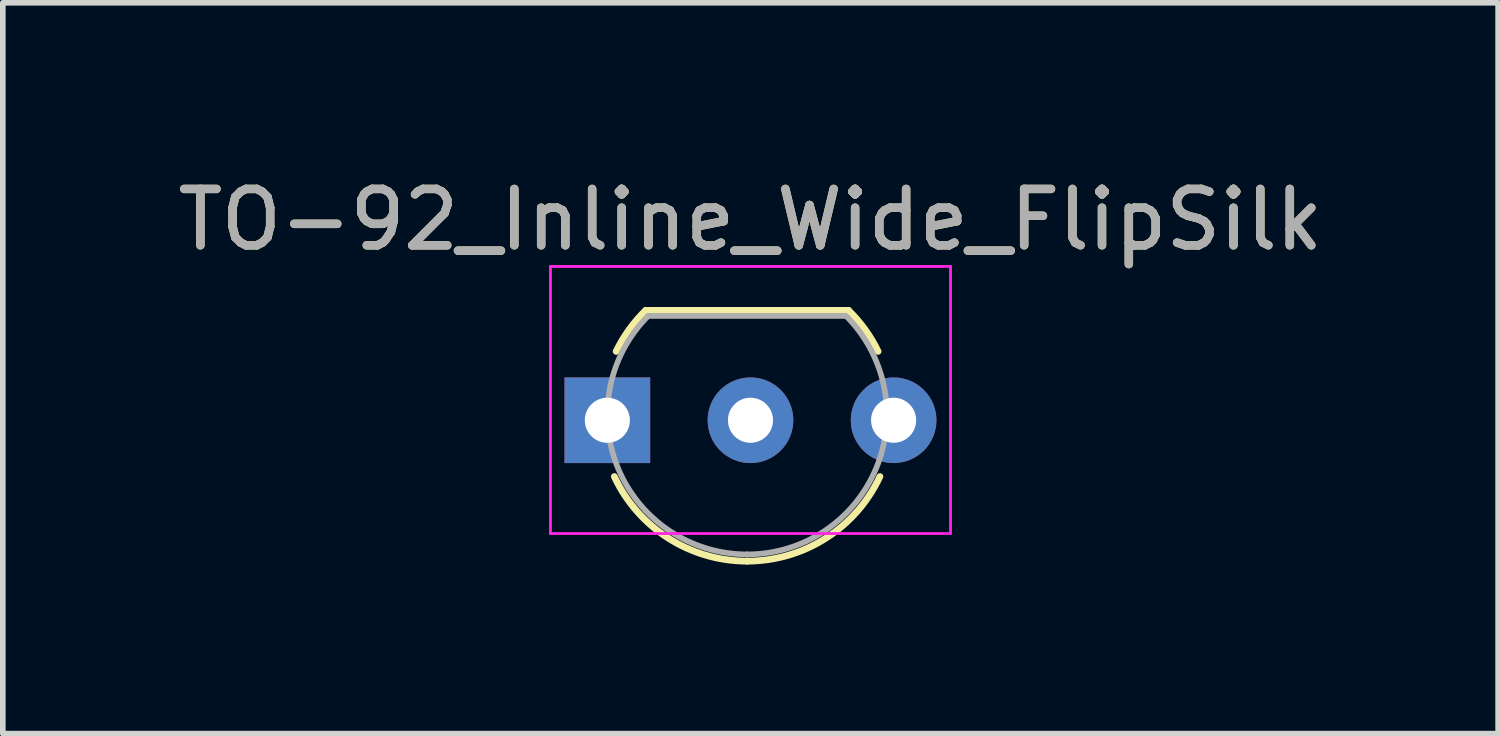
<source format=kicad_pcb>
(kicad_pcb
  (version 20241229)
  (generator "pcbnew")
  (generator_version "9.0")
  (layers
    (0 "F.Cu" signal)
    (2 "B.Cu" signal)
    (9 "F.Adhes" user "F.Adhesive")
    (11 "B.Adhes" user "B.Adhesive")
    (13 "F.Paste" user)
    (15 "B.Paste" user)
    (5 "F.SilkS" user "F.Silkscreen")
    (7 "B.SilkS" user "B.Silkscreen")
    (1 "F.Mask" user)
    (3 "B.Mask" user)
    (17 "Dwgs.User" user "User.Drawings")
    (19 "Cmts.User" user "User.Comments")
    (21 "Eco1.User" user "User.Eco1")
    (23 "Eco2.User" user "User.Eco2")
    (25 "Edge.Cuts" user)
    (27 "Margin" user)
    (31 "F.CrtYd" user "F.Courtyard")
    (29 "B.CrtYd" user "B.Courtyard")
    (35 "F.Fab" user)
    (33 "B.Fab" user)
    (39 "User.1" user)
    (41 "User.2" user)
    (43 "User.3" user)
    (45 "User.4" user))
  (footprint "TO-92_Inline_Wide_FlipSilk"
    (layer "F.Cu")
    (at 7.728 4.408)
    (property "Reference" "TO-92_Inline_Wide_FlipSilk" (at 2.54 -3.56 180) (layer "F.SilkS") (effects (font (size 1 1) (thickness 0.15))))
    (attr through_hole)
    (fp_line (start 4.28 -1.95) (end 0.68 -1.95) (stroke (width 0.12) (type solid)) (layer "F.SilkS"))
    (fp_arc (start 0.156166 -1.222455) (mid 0.386447 -1.608988) (end 0.68035 -1.94966) (stroke (width 0.12) (type solid)) (layer "F.SilkS"))
    (fp_arc (start 2.48035 2.50034) (mid 1.083371 2.093158) (end 0.12395 0.999147) (stroke (width 0.12) (type solid)) (layer "F.SilkS"))
    (fp_arc (start 4.28035 -1.94966) (mid 4.574253 -1.608988) (end 4.804534 -1.222455) (stroke (width 0.12) (type solid)) (layer "F.SilkS"))
    (fp_arc (start 4.83675 0.999147) (mid 3.877329 2.093157) (end 2.48035 2.50034) (stroke (width 0.12) (type solid)) (layer "F.SilkS"))
    (fp_line (start -1.01 -2.73) (end -1.01 2.01) (stroke (width 0.05) (type solid)) (layer "F.CrtYd"))
    (fp_line (start -1.01 -2.73) (end 6.09 -2.73) (stroke (width 0.05) (type solid)) (layer "F.CrtYd"))
    (fp_line (start 6.09 2.01) (end -1.01 2.01) (stroke (width 0.05) (type solid)) (layer "F.CrtYd"))
    (fp_line (start 6.09 2.01) (end 6.09 -2.73) (stroke (width 0.05) (type solid)) (layer "F.CrtYd"))
    (fp_line (start 4.22 -1.85) (end 0.72 -1.85) (stroke (width 0.1) (type solid)) (layer "F.Fab"))
    (fp_arc (start 2.48035 2.38034) (mid 0.189129 0.849395) (end 0.726725 -1.853285) (stroke (width 0.1) (type solid)) (layer "F.Fab"))
    (fp_arc (start 4.233975 -1.853285) (mid 4.771571 0.849395) (end 2.48035 2.38034) (stroke (width 0.1) (type solid)) (layer "F.Fab"))
    (fp_text user "${REFERENCE}" (at 2.54 -3.56 180) (layer "F.Fab") (effects (font (size 1 1) (thickness 0.15))))
    (pad "1" thru_hole rect (at 0 0 90) (size 1.52 1.52) (drill 0.8) (layers "*.Cu" "*.Mask"))
    (pad "2" thru_hole circle (at 2.54 0 90) (size 1.52 1.52) (drill 0.8) (layers "*.Cu" "*.Mask"))
    (pad "3" thru_hole circle (at 5.08 0 90) (size 1.52 1.52) (drill 0.8) (layers "*.Cu" "*.Mask")))
  (gr_rect
    (start -3 -3)
    (end 23.536 9.969)
    (stroke (width 0.1) (type default))
    (fill no)
    (layer "Edge.Cuts")))
</source>
